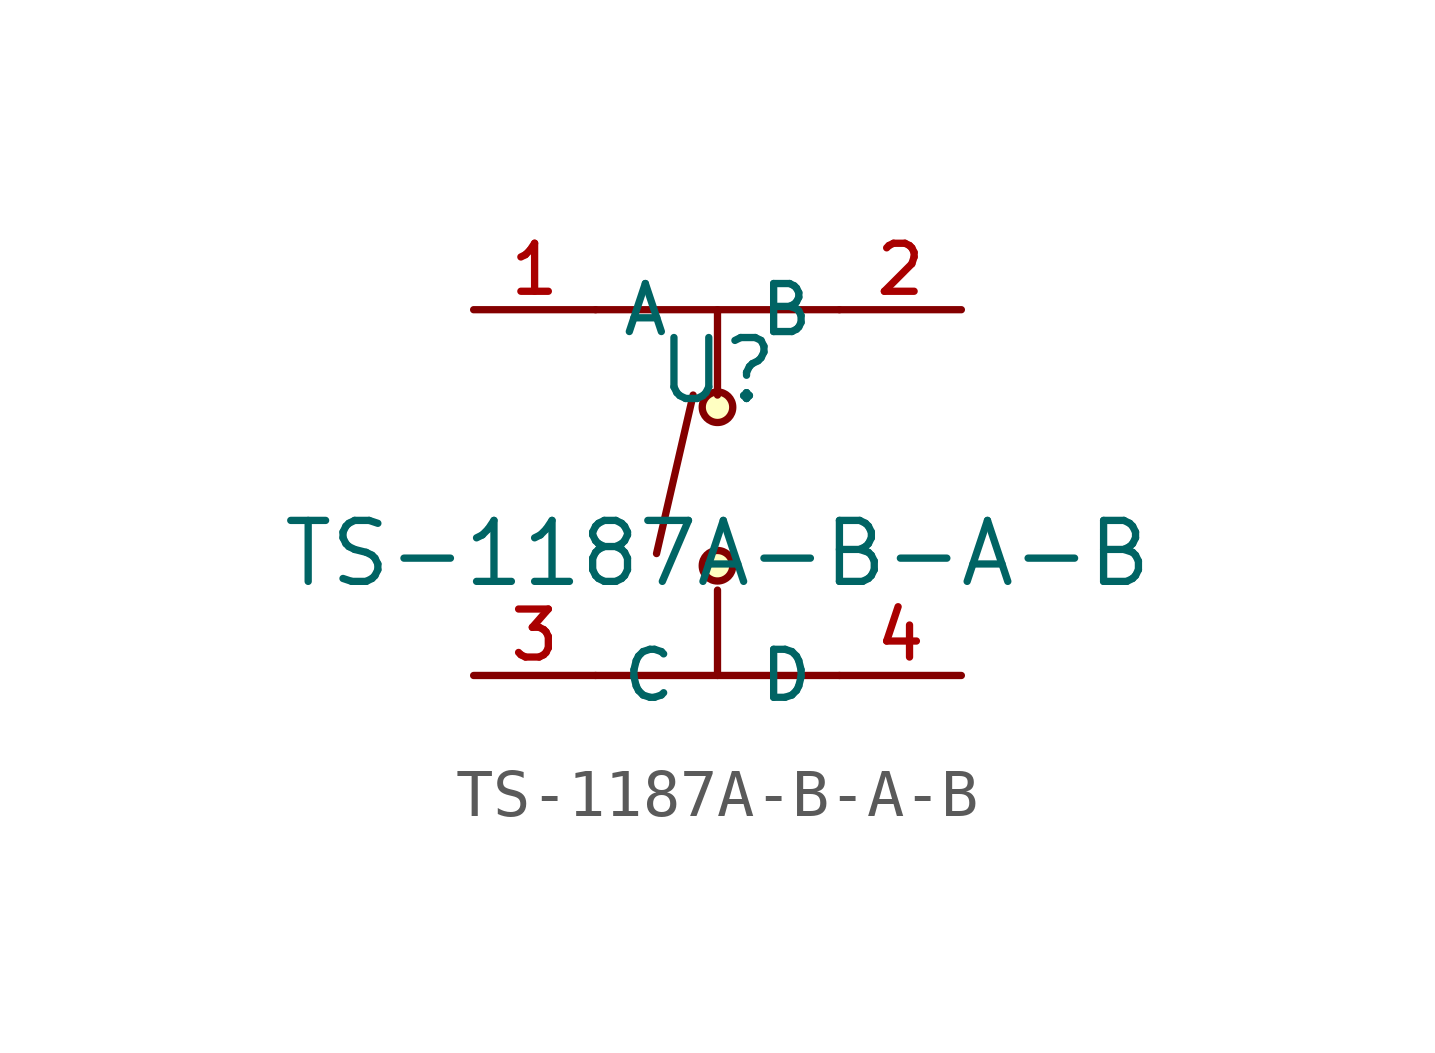
<source format=kicad_sym>
(kicad_symbol_lib
  (version 20231120)
  (generator "kicad_symbol_editor")
  (generator_version "8.0")
  (symbol "TS-1187A-B-A-B"
    (property "Reference" "U"
      (at 0 1.27 0)
      (effects (font (size 1.27 1.27))))
    (property "Value" "TS-1187A-B-A-B"
      (at 0 -2.54 0)
      (effects (font (size 1.27 1.27))))
    (symbol "TS-1187A-B-A-B_0_1"
      (circle (center 0 -2.794) (radius 0.318) (stroke (width 0) (type default)) (fill (type background)))
      (polyline (pts (xy -2.54 -5.08) (xy 2.54 -5.08)) (stroke (width 0) (type default)) (fill (type none)))
      (polyline (pts (xy -2.54 2.54) (xy 2.54 2.54)) (stroke (width 0) (type default)) (fill (type none)))
      (polyline (pts (xy -0.508 0.762) (xy -1.27 -2.54)) (stroke (width 0) (type default)) (fill (type none)))
      (polyline (pts (xy 0 -3.302) (xy 0 -5.08)) (stroke (width 0) (type default)) (fill (type none)))
      (polyline (pts (xy 0 0.762) (xy 0 2.54)) (stroke (width 0) (type default)) (fill (type none)))
      (circle (center 0 0.508) (radius 0.318) (stroke (width 0) (type default)) (fill (type background)))
      (pin passive line (at 5.08 2.54 180) (length 2.54) (name "B" (effects (font (size 1 1)))) (number "2" (effects (font (size 1 1)))))
      (pin passive line (at -5.08 -5.08 0) (length 2.54) (name "C" (effects (font (size 1 1)))) (number "3" (effects (font (size 1 1)))))
      (pin passive line (at 5.08 -5.08 180) (length 2.54) (name "D" (effects (font (size 1 1)))) (number "4" (effects (font (size 1 1))))))
    (symbol "TS-1187A-B-A-B_1_1"
      (pin passive line (at -5.08 2.54 0) (length 2.54) (name "A" (effects (font (size 1 1)))) (number "1" (effects (font (size 1 1))))))))
</source>
